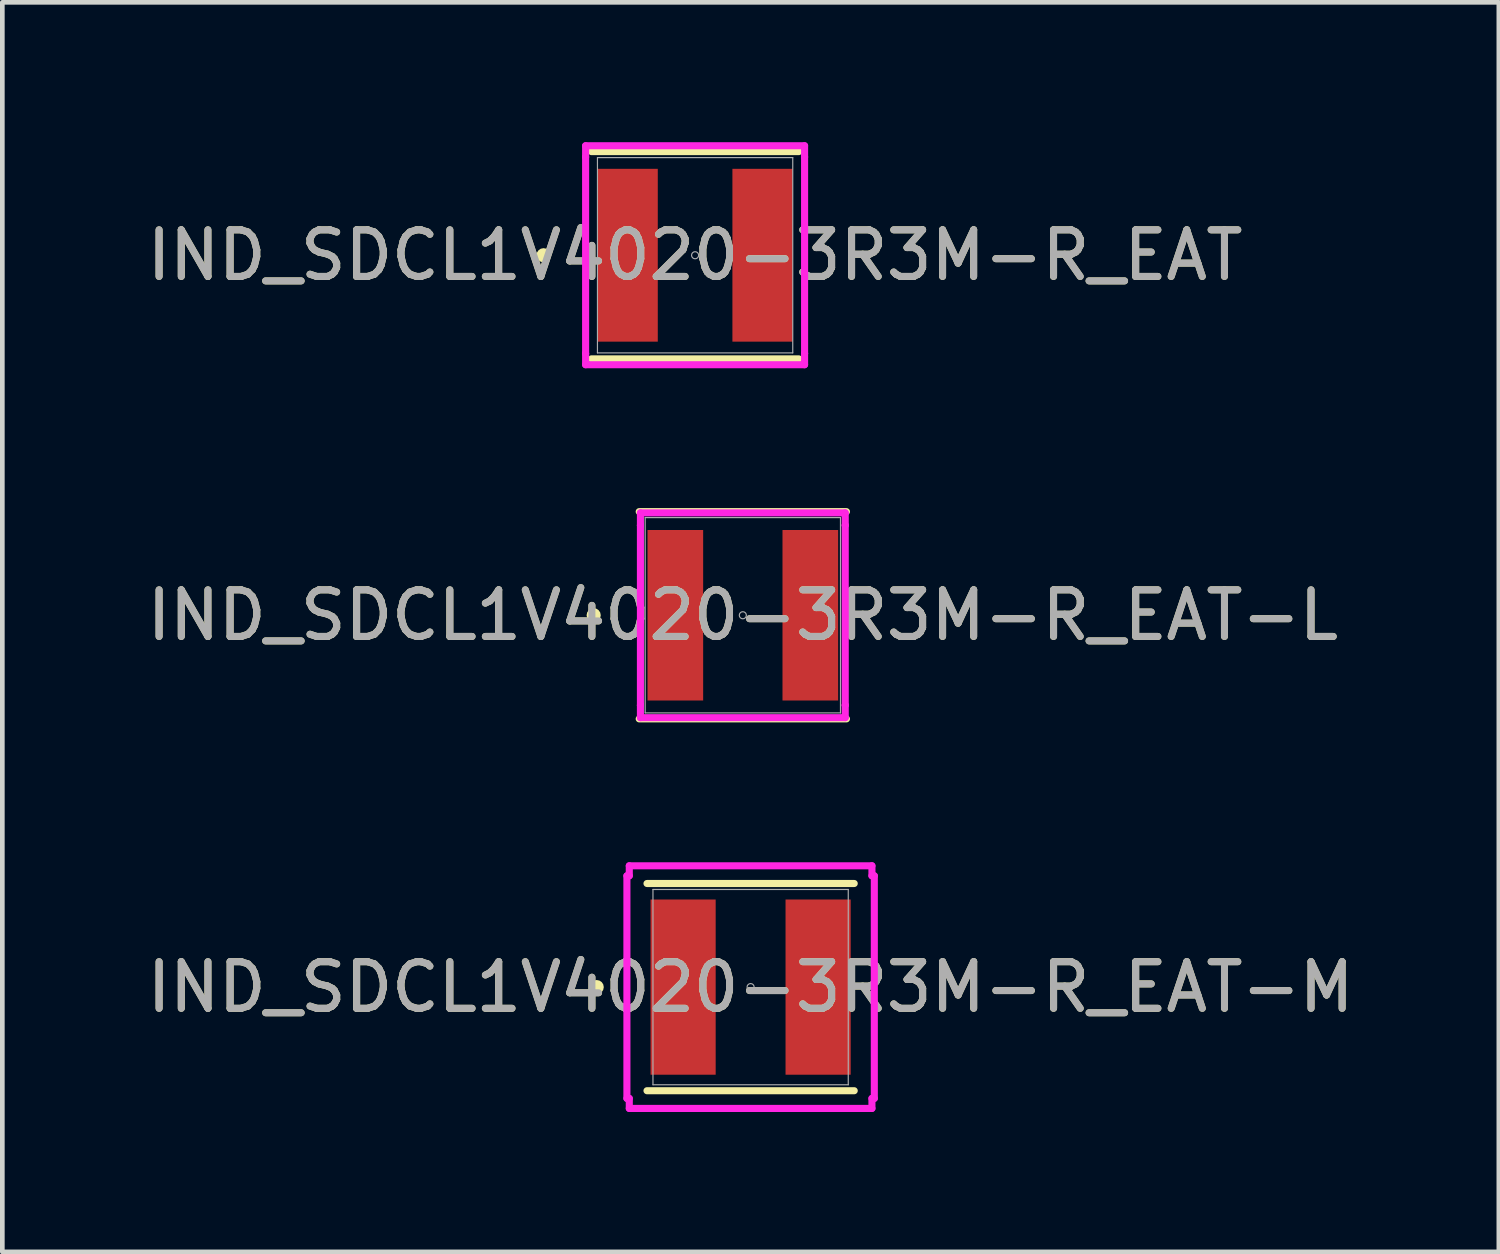
<source format=kicad_pcb>
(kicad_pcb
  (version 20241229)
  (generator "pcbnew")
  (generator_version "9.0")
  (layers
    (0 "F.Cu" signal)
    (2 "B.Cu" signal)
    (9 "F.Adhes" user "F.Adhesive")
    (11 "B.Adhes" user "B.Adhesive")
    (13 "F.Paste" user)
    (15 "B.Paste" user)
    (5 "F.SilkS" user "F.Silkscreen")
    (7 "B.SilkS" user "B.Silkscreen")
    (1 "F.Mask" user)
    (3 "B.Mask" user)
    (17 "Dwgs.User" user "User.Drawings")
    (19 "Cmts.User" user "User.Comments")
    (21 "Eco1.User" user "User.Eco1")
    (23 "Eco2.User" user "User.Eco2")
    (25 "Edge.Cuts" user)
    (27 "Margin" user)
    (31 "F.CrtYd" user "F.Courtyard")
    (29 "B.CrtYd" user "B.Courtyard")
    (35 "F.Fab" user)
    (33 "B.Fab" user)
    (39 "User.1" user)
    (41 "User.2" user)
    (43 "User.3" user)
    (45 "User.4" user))
  (footprint "IND_SDCL1V4020-3R3M-R_EAT"
    (layer "F.Cu")
    (at 11.863 2.426)
    (property "Reference" "IND_SDCL1V4020-3R3M-R_EAT" (at 0 0 0) (unlocked yes) (layer "F.SilkS") (effects (font (size 1 1) (thickness 0.15))))
    (attr smd)
    (fp_line (start -2.223 2.223) (end 2.223 2.223) (stroke (width 0.152) (type solid)) (layer "F.SilkS"))
    (fp_line (start 2.223 -2.223) (end -2.223 -2.223) (stroke (width 0.152) (type solid)) (layer "F.SilkS"))
    (fp_circle (center -3.251 0) (end -3.175 0) (stroke (width 0.152) (type solid)) (fill no) (layer "F.SilkS"))
    (fp_line (start -2.349 -2.349) (end 2.349 -2.349) (stroke (width 0.152) (type solid)) (layer "F.CrtYd"))
    (fp_line (start -2.349 -2.108) (end -2.349 -2.349) (stroke (width 0.152) (type solid)) (layer "F.CrtYd"))
    (fp_line (start -2.349 -2.108) (end -2.349 -2.108) (stroke (width 0.152) (type solid)) (layer "F.CrtYd"))
    (fp_line (start -2.349 2.108) (end -2.349 -2.108) (stroke (width 0.152) (type solid)) (layer "F.CrtYd"))
    (fp_line (start -2.349 2.108) (end -2.349 2.108) (stroke (width 0.152) (type solid)) (layer "F.CrtYd"))
    (fp_line (start -2.349 2.349) (end -2.349 2.108) (stroke (width 0.152) (type solid)) (layer "F.CrtYd"))
    (fp_line (start 2.349 -2.349) (end 2.349 -2.108) (stroke (width 0.152) (type solid)) (layer "F.CrtYd"))
    (fp_line (start 2.349 -2.108) (end 2.349 -2.108) (stroke (width 0.152) (type solid)) (layer "F.CrtYd"))
    (fp_line (start 2.349 -2.108) (end 2.349 2.108) (stroke (width 0.152) (type solid)) (layer "F.CrtYd"))
    (fp_line (start 2.349 2.108) (end 2.349 2.108) (stroke (width 0.152) (type solid)) (layer "F.CrtYd"))
    (fp_line (start 2.349 2.108) (end 2.349 2.349) (stroke (width 0.152) (type solid)) (layer "F.CrtYd"))
    (fp_line (start 2.349 2.349) (end -2.349 2.349) (stroke (width 0.152) (type solid)) (layer "F.CrtYd"))
    (fp_line (start -2.095 -2.095) (end -2.095 2.095) (stroke (width 0.025) (type solid)) (layer "F.Fab"))
    (fp_line (start -2.095 2.095) (end 2.095 2.095) (stroke (width 0.025) (type solid)) (layer "F.Fab"))
    (fp_line (start 2.095 -2.095) (end -2.095 -2.095) (stroke (width 0.025) (type solid)) (layer "F.Fab"))
    (fp_line (start 2.095 2.095) (end 2.095 -2.095) (stroke (width 0.025) (type solid)) (layer "F.Fab"))
    (fp_circle (center 0 0) (end 0.076 0) (stroke (width 0.025) (type solid)) (fill no) (layer "F.Fab"))
    (fp_text user "${REFERENCE}" (at 0 0 0) (unlocked yes) (layer "F.Fab") (effects (font (size 1 1) (thickness 0.15))))
    (pad "1" smd rect (at -1.448 0) (size 1.295 3.708) (layers "F.Cu" "F.Mask" "F.Paste"))
    (pad "2" smd rect (at 1.448 0) (size 1.295 3.708) (layers "F.Cu" "F.Mask" "F.Paste")))
  (footprint "IND_SDCL1V4020-3R3M-R_EAT-L"
    (layer "F.Cu")
    (at 12.887 10.15)
    (property "Reference" "IND_SDCL1V4020-3R3M-R_EAT-L" (at 0 0 0) (unlocked yes) (layer "F.SilkS") (effects (font (size 1 1) (thickness 0.15))))
    (attr smd)
    (fp_line (start -2.223 2.223) (end 2.223 2.223) (stroke (width 0.152) (type solid)) (layer "F.SilkS"))
    (fp_line (start 2.223 -2.223) (end -2.223 -2.223) (stroke (width 0.152) (type solid)) (layer "F.SilkS"))
    (fp_circle (center -3.2 0) (end -3.124 0) (stroke (width 0.152) (type solid)) (fill no) (layer "F.SilkS"))
    (fp_line (start -2.197 -2.197) (end 2.197 -2.197) (stroke (width 0.152) (type solid)) (layer "F.CrtYd"))
    (fp_line (start -2.197 -1.93) (end -2.197 -2.197) (stroke (width 0.152) (type solid)) (layer "F.CrtYd"))
    (fp_line (start -2.197 -1.93) (end -2.197 -1.93) (stroke (width 0.152) (type solid)) (layer "F.CrtYd"))
    (fp_line (start -2.197 1.93) (end -2.197 -1.93) (stroke (width 0.152) (type solid)) (layer "F.CrtYd"))
    (fp_line (start -2.197 1.93) (end -2.197 1.93) (stroke (width 0.152) (type solid)) (layer "F.CrtYd"))
    (fp_line (start -2.197 2.197) (end -2.197 1.93) (stroke (width 0.152) (type solid)) (layer "F.CrtYd"))
    (fp_line (start 2.197 -2.197) (end 2.197 -1.93) (stroke (width 0.152) (type solid)) (layer "F.CrtYd"))
    (fp_line (start 2.197 -1.93) (end 2.197 -1.93) (stroke (width 0.152) (type solid)) (layer "F.CrtYd"))
    (fp_line (start 2.197 -1.93) (end 2.197 1.93) (stroke (width 0.152) (type solid)) (layer "F.CrtYd"))
    (fp_line (start 2.197 1.93) (end 2.197 1.93) (stroke (width 0.152) (type solid)) (layer "F.CrtYd"))
    (fp_line (start 2.197 1.93) (end 2.197 2.197) (stroke (width 0.152) (type solid)) (layer "F.CrtYd"))
    (fp_line (start 2.197 2.197) (end -2.197 2.197) (stroke (width 0.152) (type solid)) (layer "F.CrtYd"))
    (fp_line (start -2.095 -2.095) (end -2.095 2.095) (stroke (width 0.025) (type solid)) (layer "F.Fab"))
    (fp_line (start -2.095 2.095) (end 2.095 2.095) (stroke (width 0.025) (type solid)) (layer "F.Fab"))
    (fp_line (start 2.095 -2.095) (end -2.095 -2.095) (stroke (width 0.025) (type solid)) (layer "F.Fab"))
    (fp_line (start 2.095 2.095) (end 2.095 -2.095) (stroke (width 0.025) (type solid)) (layer "F.Fab"))
    (fp_circle (center 0 0) (end 0.076 0) (stroke (width 0.025) (type solid)) (fill no) (layer "F.Fab"))
    (fp_text user "${REFERENCE}" (at 0 0 0) (unlocked yes) (layer "F.Fab") (effects (font (size 1 1) (thickness 0.15))))
    (pad "1" smd rect (at -1.448 0) (size 1.194 3.658) (layers "F.Cu" "F.Mask" "F.Paste"))
    (pad "2" smd rect (at 1.448 0) (size 1.194 3.658) (layers "F.Cu" "F.Mask" "F.Paste")))
  (footprint "IND_SDCL1V4020-3R3M-R_EAT-M"
    (layer "F.Cu")
    (at 13.054 18.128)
    (property "Reference" "IND_SDCL1V4020-3R3M-R_EAT-M" (at 0 0 0) (unlocked yes) (layer "F.SilkS") (effects (font (size 1 1) (thickness 0.15))))
    (attr smd)
    (fp_line (start -2.223 2.223) (end 2.223 2.223) (stroke (width 0.152) (type solid)) (layer "F.SilkS"))
    (fp_line (start 2.223 -2.223) (end -2.223 -2.223) (stroke (width 0.152) (type solid)) (layer "F.SilkS"))
    (fp_circle (center -3.302 0) (end -3.226 0) (stroke (width 0.152) (type solid)) (fill no) (layer "F.SilkS"))
    (fp_line (start -2.654 -2.388) (end -2.603 -2.388) (stroke (width 0.152) (type solid)) (layer "F.CrtYd"))
    (fp_line (start -2.654 2.388) (end -2.654 -2.388) (stroke (width 0.152) (type solid)) (layer "F.CrtYd"))
    (fp_line (start -2.654 2.388) (end -2.603 2.388) (stroke (width 0.152) (type solid)) (layer "F.CrtYd"))
    (fp_line (start -2.603 -2.603) (end 2.603 -2.603) (stroke (width 0.152) (type solid)) (layer "F.CrtYd"))
    (fp_line (start -2.603 -2.388) (end -2.603 -2.603) (stroke (width 0.152) (type solid)) (layer "F.CrtYd"))
    (fp_line (start -2.603 2.603) (end -2.603 2.388) (stroke (width 0.152) (type solid)) (layer "F.CrtYd"))
    (fp_line (start 2.603 -2.603) (end 2.603 -2.388) (stroke (width 0.152) (type solid)) (layer "F.CrtYd"))
    (fp_line (start 2.603 2.388) (end 2.603 2.603) (stroke (width 0.152) (type solid)) (layer "F.CrtYd"))
    (fp_line (start 2.603 2.603) (end -2.603 2.603) (stroke (width 0.152) (type solid)) (layer "F.CrtYd"))
    (fp_line (start 2.654 -2.388) (end 2.603 -2.388) (stroke (width 0.152) (type solid)) (layer "F.CrtYd"))
    (fp_line (start 2.654 -2.388) (end 2.654 2.388) (stroke (width 0.152) (type solid)) (layer "F.CrtYd"))
    (fp_line (start 2.654 2.388) (end 2.603 2.388) (stroke (width 0.152) (type solid)) (layer "F.CrtYd"))
    (fp_line (start -2.095 -2.095) (end -2.095 2.095) (stroke (width 0.025) (type solid)) (layer "F.Fab"))
    (fp_line (start -2.095 2.095) (end 2.095 2.095) (stroke (width 0.025) (type solid)) (layer "F.Fab"))
    (fp_line (start 2.095 -2.095) (end -2.095 -2.095) (stroke (width 0.025) (type solid)) (layer "F.Fab"))
    (fp_line (start 2.095 2.095) (end 2.095 -2.095) (stroke (width 0.025) (type solid)) (layer "F.Fab"))
    (fp_circle (center 0 0) (end 0.076 0) (stroke (width 0.025) (type solid)) (fill no) (layer "F.Fab"))
    (fp_text user "${REFERENCE}" (at 0 0 0) (unlocked yes) (layer "F.Fab") (effects (font (size 1 1) (thickness 0.15))))
    (pad "1" smd rect (at -1.448 0) (size 1.397 3.759) (layers "F.Cu" "F.Mask" "F.Paste"))
    (pad "2" smd rect (at 1.448 0) (size 1.397 3.759) (layers "F.Cu" "F.Mask" "F.Paste")))
  (gr_rect
    (start -3 -3)
    (end 29.107 23.808)
    (stroke (width 0.1) (type default))
    (fill no)
    (layer "Edge.Cuts")))
</source>
